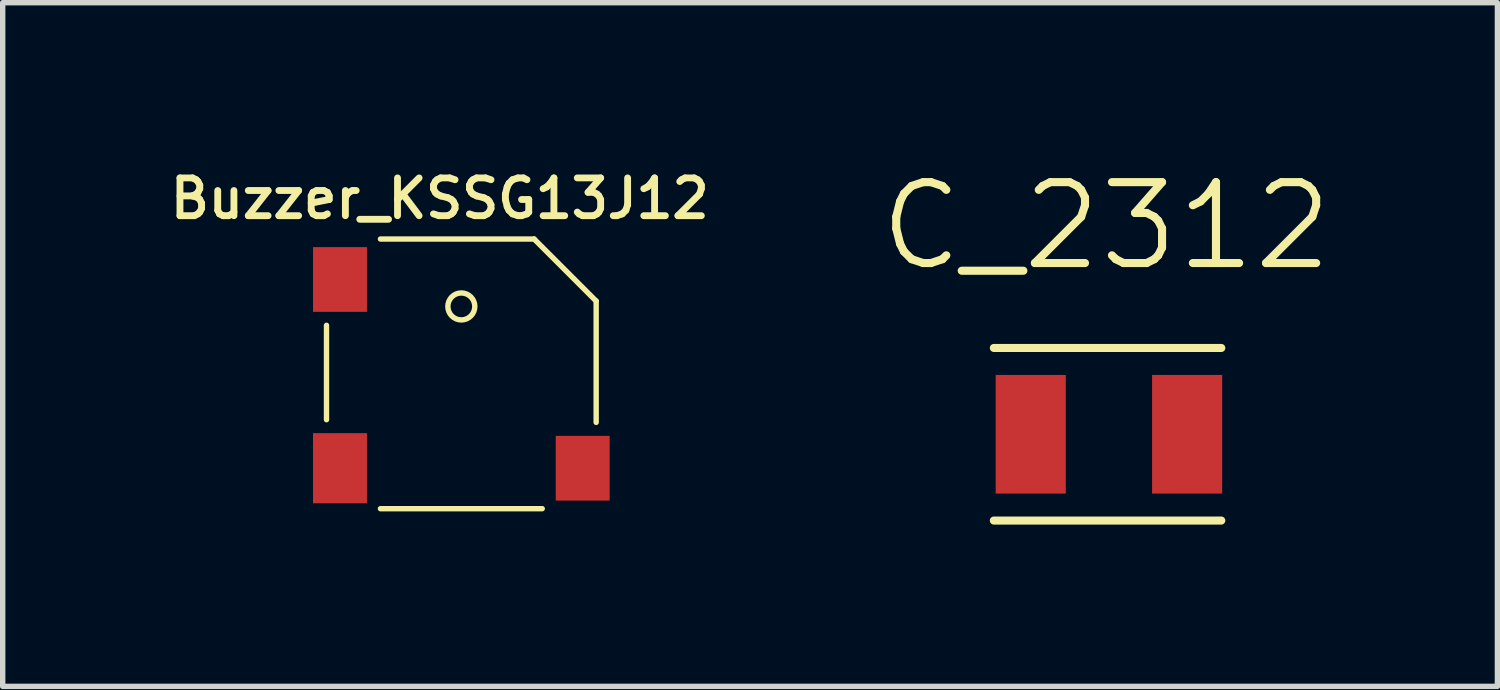
<source format=kicad_pcb>
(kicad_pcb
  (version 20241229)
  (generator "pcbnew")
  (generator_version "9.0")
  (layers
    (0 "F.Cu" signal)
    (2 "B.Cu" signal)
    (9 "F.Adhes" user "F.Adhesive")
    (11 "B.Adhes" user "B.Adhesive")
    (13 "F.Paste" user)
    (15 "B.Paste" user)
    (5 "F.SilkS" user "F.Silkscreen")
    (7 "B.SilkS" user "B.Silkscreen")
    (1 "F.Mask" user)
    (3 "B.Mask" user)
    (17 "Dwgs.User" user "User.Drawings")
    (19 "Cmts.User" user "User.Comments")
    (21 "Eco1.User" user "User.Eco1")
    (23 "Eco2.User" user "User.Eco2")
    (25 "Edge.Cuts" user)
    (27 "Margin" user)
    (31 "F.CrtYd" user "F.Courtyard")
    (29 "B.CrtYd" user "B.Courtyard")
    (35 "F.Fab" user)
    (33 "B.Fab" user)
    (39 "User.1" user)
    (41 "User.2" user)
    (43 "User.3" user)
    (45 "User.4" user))
  (footprint "Buzzer_KSSG13J12"
    (layer "F.Cu")
    (at 5.504 3.882)
    (property "Reference" "Buzzer_KSSG13J12" (at -0.4 -3.25 0) (layer "F.SilkS") (effects (font (size 0.7 0.7) (thickness 0.127))))
    (attr through_hole)
    (fp_line (start -2.5 -0.9) (end -2.5 0.85) (stroke (width 0.1) (type solid)) (layer "F.SilkS"))
    (fp_line (start -1.5 -2.5) (end 1.35 -2.5) (stroke (width 0.1) (type solid)) (layer "F.SilkS"))
    (fp_line (start -1.5 2.5) (end 1.5 2.5) (stroke (width 0.1) (type solid)) (layer "F.SilkS"))
    (fp_line (start 2.5 -1.35) (end 1.35 -2.5) (stroke (width 0.1) (type solid)) (layer "F.SilkS"))
    (fp_line (start 2.5 0.9) (end 2.5 -1.35) (stroke (width 0.1) (type solid)) (layer "F.SilkS"))
    (fp_circle (center 0 -1.25) (end 0 -1) (stroke (width 0.1) (type solid)) (fill no) (layer "F.SilkS"))
    (pad "1" smd rect (at -2.25 1.75) (size 1 1.3) (layers "F.Cu" "F.Mask" "F.Paste"))
    (pad "2" smd rect (at 2.25 1.75) (size 1 1.2) (layers "F.Cu" "F.Mask" "F.Paste"))
    (pad "3" smd rect (at -2.25 -1.75) (size 1 1.2) (layers "F.Cu" "F.Mask" "F.Paste")))
  (footprint "C_2312"
    (layer "F.Cu")
    (at 17.512 5.002)
    (property "Reference" "C_2312" (at -0.051 -3.861 0) (layer "F.SilkS") (effects (font (size 1.5 1.5) (thickness 0.15))))
    (attr through_hole)
    (fp_line (start -2.134 -1.6) (end 2.083 -1.6) (stroke (width 0.15) (type solid)) (layer "F.SilkS"))
    (fp_line (start -2.134 1.6) (end 2.083 1.6) (stroke (width 0.15) (type solid)) (layer "F.SilkS"))
    (pad "1" smd rect (at -1.45 0) (size 1.3 2.2) (layers "F.Cu" "F.Mask" "F.Paste"))
    (pad "2" smd rect (at 1.45 0) (size 1.3 2.2) (layers "F.Cu" "F.Mask" "F.Paste")))
  (gr_rect
    (start -3 -3)
    (end 24.715 9.677)
    (stroke (width 0.1) (type default))
    (fill no)
    (layer "Edge.Cuts")))
</source>
